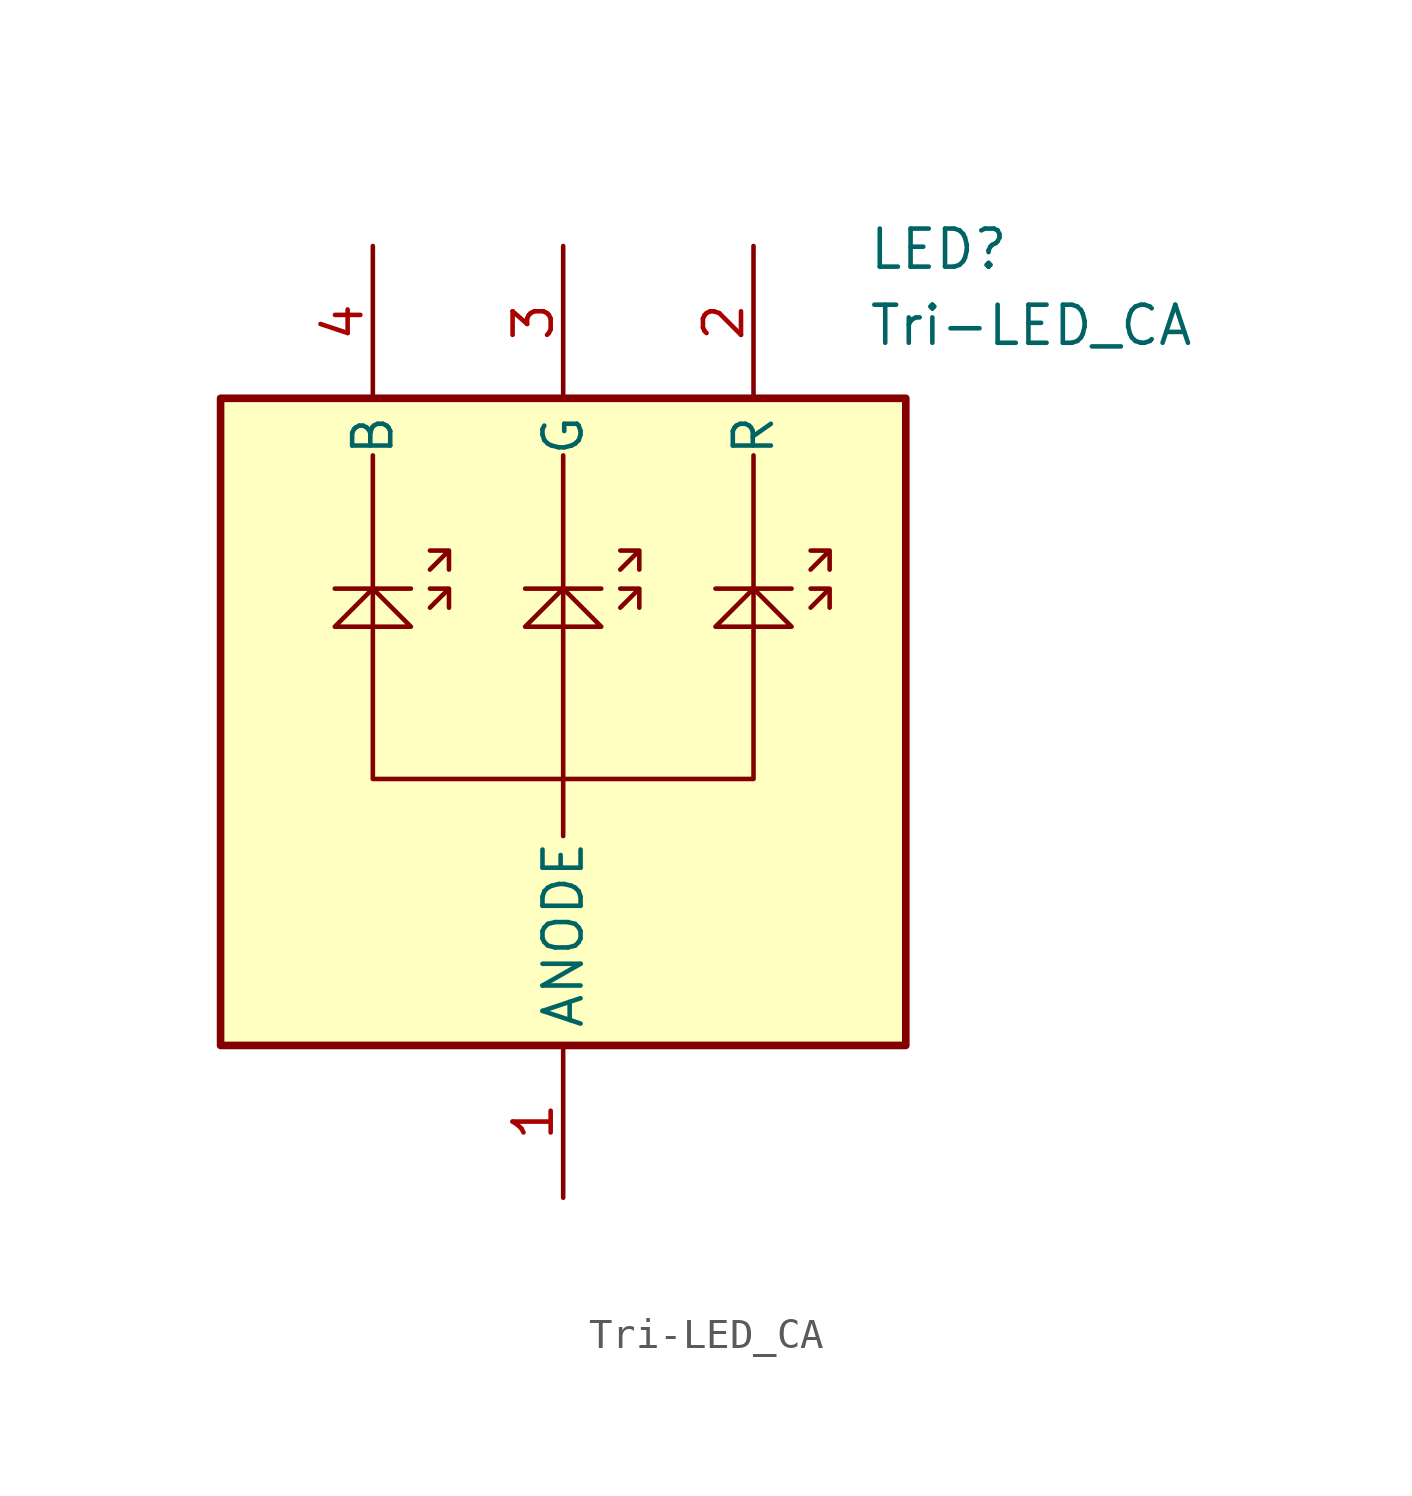
<source format=kicad_sym>
(kicad_symbol_lib
  (version 20220914)
  (generator kicad_symbol_editor)
  (symbol "Tri-LED_CA"
    (property "Reference" "LED"
      (at 26.67 8.255 0)
      (effects (font (size 1.27 1.27)) (justify left top)))
    (property "Value" "Tri-LED_CA"
      (at 26.67 5.715 0)
      (effects (font (size 1.27 1.27)) (justify left top)))
    (symbol "Tri-LED_CA_0_1"
      (polyline (pts (xy 11.43 -3.81) (xy 8.89 -3.81)) (stroke (width 0) (type default)) (fill (type none)))
      (polyline (pts (xy 17.78 -3.81) (xy 15.24 -3.81)) (stroke (width 0) (type default)) (fill (type none)))
      (polyline (pts (xy 24.13 -3.81) (xy 21.59 -3.81)) (stroke (width 0) (type default)) (fill (type none)))
      (polyline (pts (xy 16.51 0.635) (xy 16.51 -10.16) (xy 16.51 -12.065)) (stroke (width 0) (type default)) (fill (type none)))
      (polyline (pts (xy 10.16 -3.81) (xy 8.89 -5.08) (xy 11.43 -5.08) (xy 10.16 -3.81)) (stroke (width 0) (type default)) (fill (type none)))
      (polyline (pts (xy 16.51 -3.81) (xy 15.24 -5.08) (xy 17.78 -5.08) (xy 16.51 -3.81)) (stroke (width 0) (type default)) (fill (type none)))
      (polyline (pts (xy 22.86 -3.81) (xy 21.59 -5.08) (xy 24.13 -5.08) (xy 22.86 -3.81)) (stroke (width 0) (type default)) (fill (type none)))
      (polyline (pts (xy 22.86 0.635) (xy 22.86 -10.16) (xy 10.16 -10.16) (xy 10.16 0.635)) (stroke (width 0) (type default)) (fill (type none)))
      (polyline (pts (xy 12.065 -4.445) (xy 12.7 -3.81) (xy 12.065 -3.81) (xy 12.7 -3.81) (xy 12.7 -4.445)) (stroke (width 0) (type default)) (fill (type none)))
      (polyline (pts (xy 12.065 -3.175) (xy 12.7 -2.54) (xy 12.065 -2.54) (xy 12.7 -2.54) (xy 12.7 -3.175)) (stroke (width 0) (type default)) (fill (type none)))
      (polyline (pts (xy 18.415 -4.445) (xy 19.05 -3.81) (xy 18.415 -3.81) (xy 19.05 -3.81) (xy 19.05 -4.445)) (stroke (width 0) (type default)) (fill (type none)))
      (polyline (pts (xy 18.415 -3.175) (xy 19.05 -2.54) (xy 18.415 -2.54) (xy 19.05 -2.54) (xy 19.05 -3.175)) (stroke (width 0) (type default)) (fill (type none)))
      (polyline (pts (xy 24.765 -4.445) (xy 25.4 -3.81) (xy 24.765 -3.81) (xy 25.4 -3.81) (xy 25.4 -4.445)) (stroke (width 0) (type default)) (fill (type none)))
      (polyline (pts (xy 24.765 -3.175) (xy 25.4 -2.54) (xy 24.765 -2.54) (xy 25.4 -2.54) (xy 25.4 -3.175)) (stroke (width 0) (type default)) (fill (type none))))
    (symbol "Tri-LED_CA_1_1"
      (rectangle (start 5.08 2.54) (end 27.94 -19.05) (stroke (width 0.254) (type default)) (fill (type background)))
      (pin passive line (at 16.51 -24.13 90) (length 5.08) (name "ANODE" (effects (font (size 1.27 1.27)))) (number "1" (effects (font (size 1.27 1.27)))))
      (pin passive line (at 22.86 7.62 270) (length 5.08) (name "R" (effects (font (size 1.27 1.27)))) (number "2" (effects (font (size 1.27 1.27)))))
      (pin passive line (at 16.51 7.62 270) (length 5.08) (name "G" (effects (font (size 1.27 1.27)))) (number "3" (effects (font (size 1.27 1.27)))))
      (pin passive line (at 10.16 7.62 270) (length 5.08) (name "B" (effects (font (size 1.27 1.27)))) (number "4" (effects (font (size 1.27 1.27))))))))
</source>
